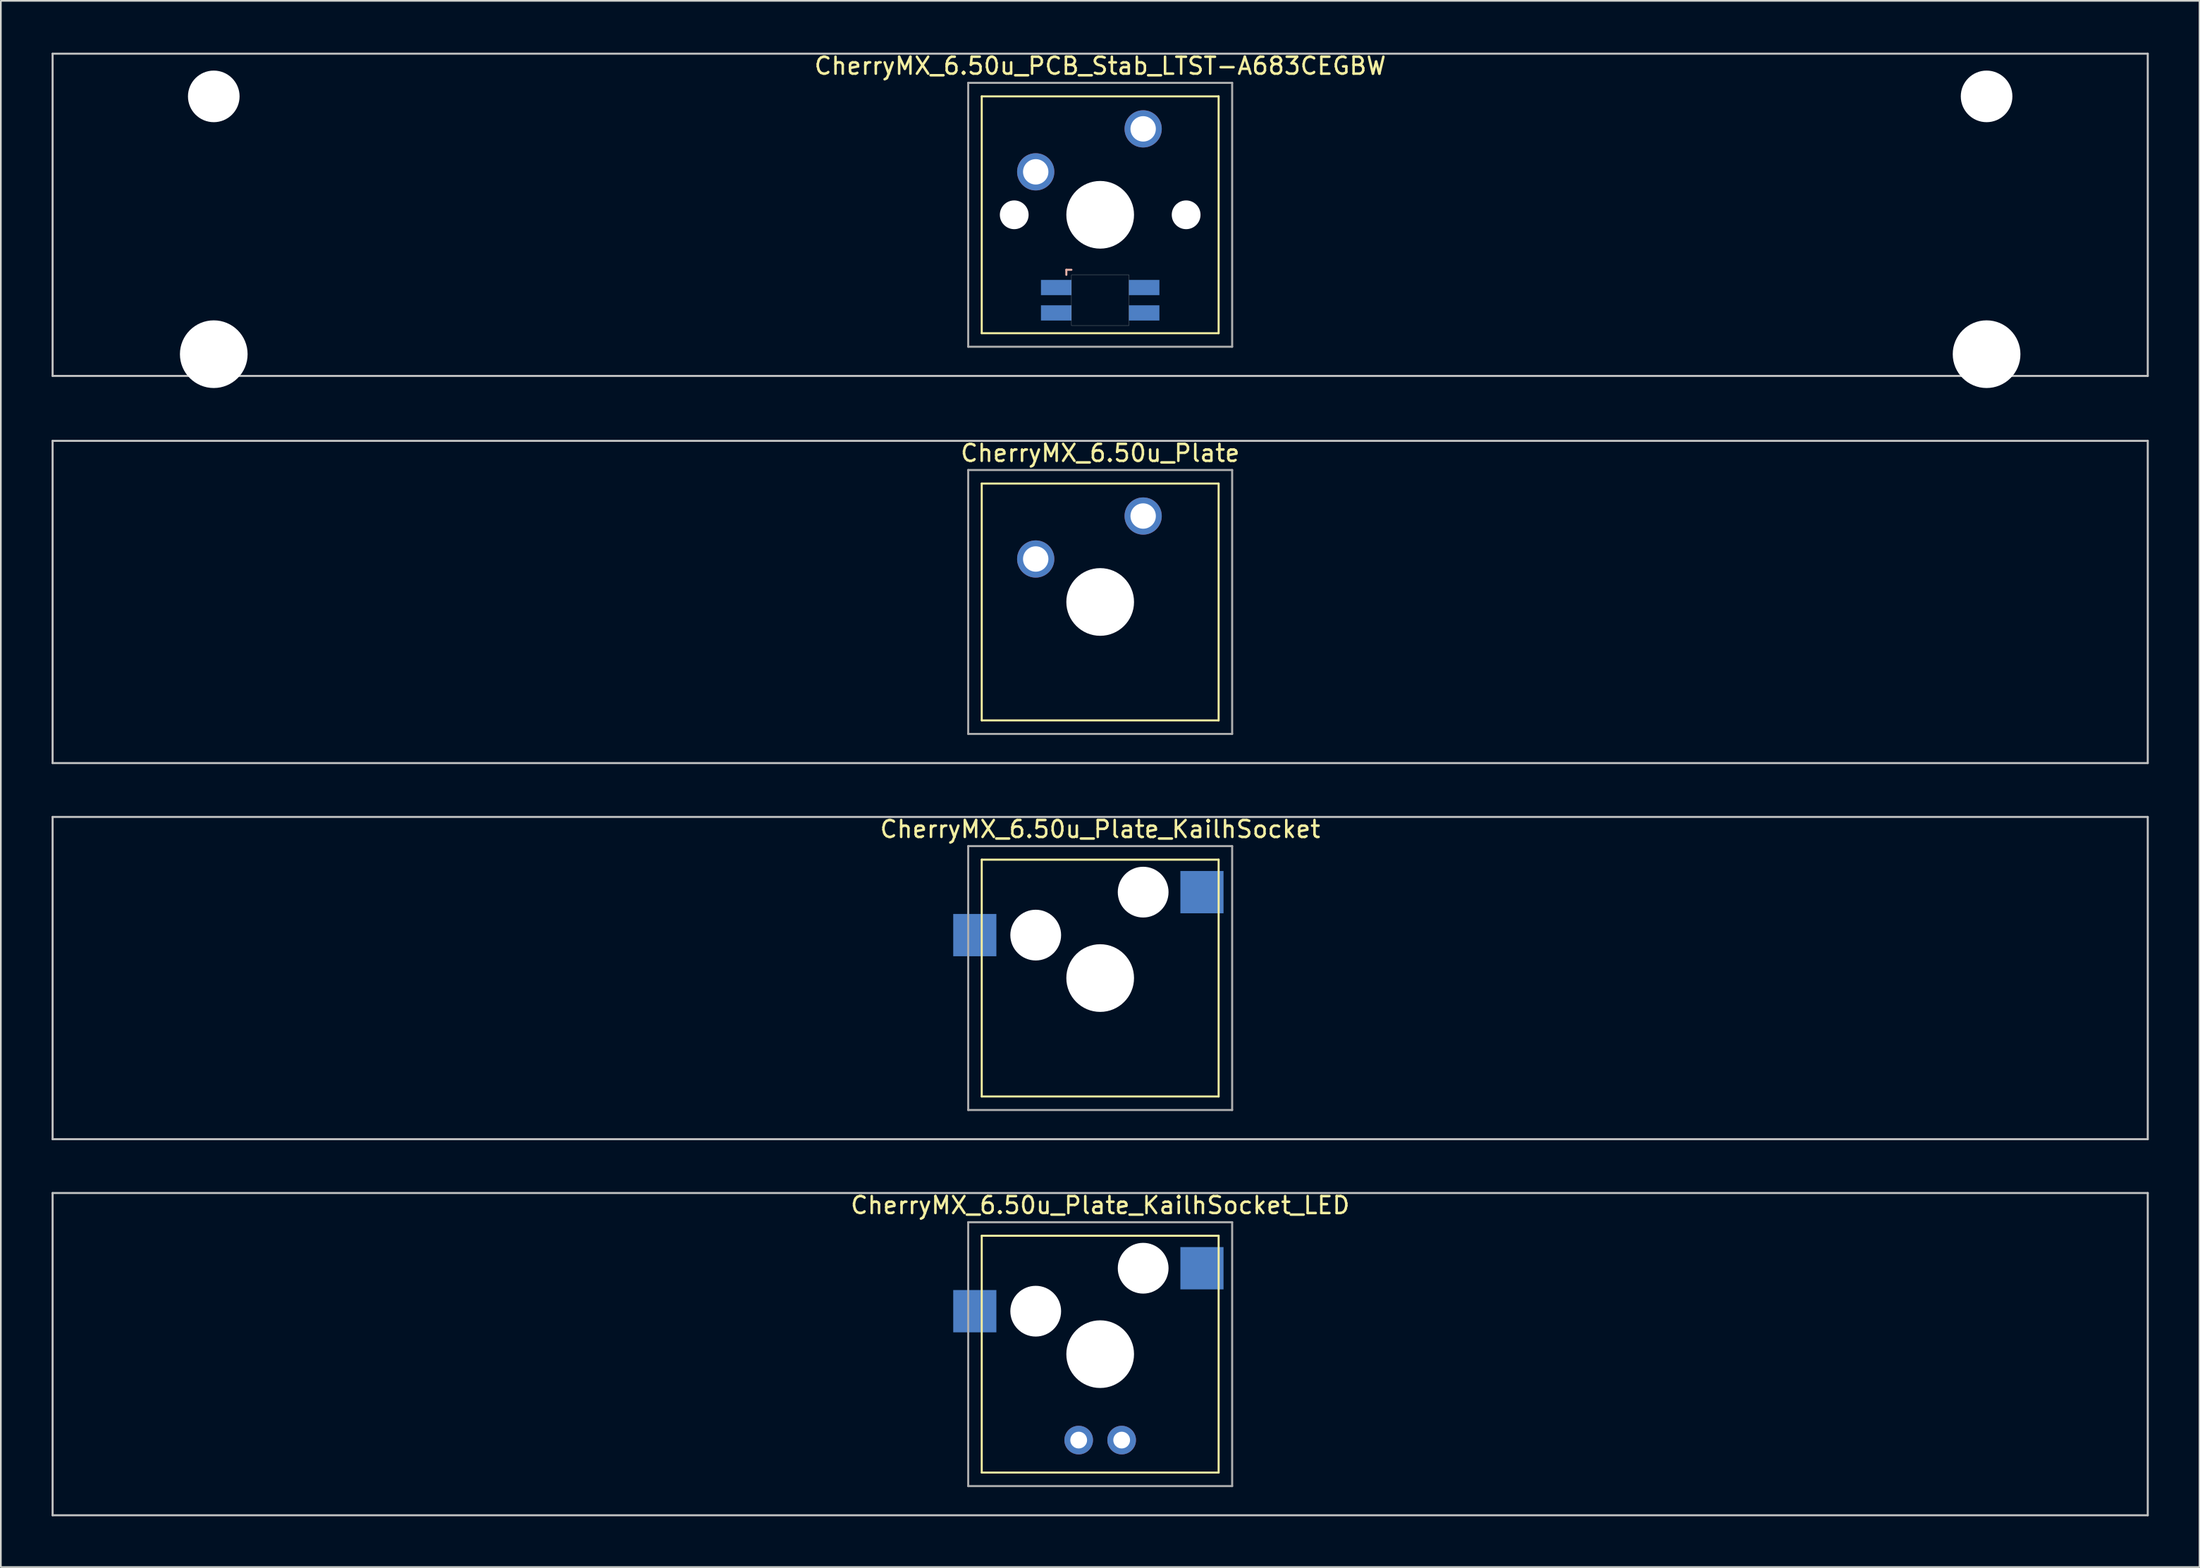
<source format=kicad_pcb>
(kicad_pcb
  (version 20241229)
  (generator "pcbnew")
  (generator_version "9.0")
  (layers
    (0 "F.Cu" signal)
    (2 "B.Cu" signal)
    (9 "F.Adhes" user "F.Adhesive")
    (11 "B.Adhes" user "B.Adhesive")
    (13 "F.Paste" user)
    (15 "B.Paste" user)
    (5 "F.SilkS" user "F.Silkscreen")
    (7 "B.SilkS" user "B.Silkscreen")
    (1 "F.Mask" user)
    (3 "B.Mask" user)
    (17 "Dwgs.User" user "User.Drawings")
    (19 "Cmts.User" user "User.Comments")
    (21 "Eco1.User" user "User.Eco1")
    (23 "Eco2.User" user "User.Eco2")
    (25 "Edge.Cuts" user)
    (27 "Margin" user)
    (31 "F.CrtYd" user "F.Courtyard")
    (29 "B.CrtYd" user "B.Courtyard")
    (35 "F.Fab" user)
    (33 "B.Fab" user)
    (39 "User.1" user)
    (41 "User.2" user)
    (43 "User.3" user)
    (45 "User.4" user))
  (footprint "CherryMX_6.50u_Plate_KailhSocket"
    (layer "F.Cu")
    (at 61.972 54.77)
    (property "Reference" "CherryMX_6.50u_Plate_KailhSocket" (at 0 -8.8 0) (layer "F.SilkS") (effects (font (size 1 1) (thickness 0.15))))
    (attr through_hole)
    (fp_line (start -7 -7) (end -7 7) (stroke (width 0.12) (type solid)) (layer "F.SilkS"))
    (fp_line (start -7 -7) (end 7 -7) (stroke (width 0.12) (type solid)) (layer "F.SilkS"))
    (fp_line (start 7 -7) (end 7 7) (stroke (width 0.12) (type solid)) (layer "F.SilkS"))
    (fp_line (start 7 7) (end -7 7) (stroke (width 0.12) (type solid)) (layer "F.SilkS"))
    (fp_line (start -61.913 -9.525) (end 61.913 -9.525) (stroke (width 0.12) (type solid)) (layer "Dwgs.User"))
    (fp_line (start -61.913 9.525) (end -61.913 -9.525) (stroke (width 0.12) (type solid)) (layer "Dwgs.User"))
    (fp_line (start 61.913 -9.525) (end 61.913 9.525) (stroke (width 0.12) (type solid)) (layer "Dwgs.User"))
    (fp_line (start 61.913 9.525) (end -61.913 9.525) (stroke (width 0.12) (type solid)) (layer "Dwgs.User"))
    (fp_line (start -7.8 -7.8) (end -7.8 7.8) (stroke (width 0.12) (type solid)) (layer "F.Fab"))
    (fp_line (start -7.8 -7.8) (end 7.8 -7.8) (stroke (width 0.12) (type solid)) (layer "F.Fab"))
    (fp_line (start -7.8 7.8) (end 7.8 7.8) (stroke (width 0.12) (type solid)) (layer "F.Fab"))
    (fp_line (start 7.8 -7.8) (end 7.8 7.8) (stroke (width 0.12) (type solid)) (layer "F.Fab"))
    (pad "" np_thru_hole circle (at -3.81 -2.54) (size 3 3) (drill 3) (layers "*.Cu" "*.Mask"))
    (pad "" np_thru_hole circle (at 0 0) (size 4 4) (drill 4) (layers "*.Cu" "*.Mask"))
    (pad "" np_thru_hole circle (at 2.54 -5.08) (size 3 3) (drill 3) (layers "*.Cu" "*.Mask"))
    (pad "1" smd rect (at -7.41 -2.54) (size 2.55 2.5) (layers "B.Cu" "B.Mask" "B.Paste"))
    (pad "2" smd rect (at 6.015 -5.08) (size 2.55 2.5) (layers "B.Cu" "B.Mask" "B.Paste")))
  (footprint "CherryMX_6.50u_Plate"
    (layer "F.Cu")
    (at 61.972 32.536)
    (property "Reference" "CherryMX_6.50u_Plate" (at 0 -8.8 0) (layer "F.SilkS") (effects (font (size 1 1) (thickness 0.15))))
    (attr through_hole)
    (fp_line (start -7 -7) (end -7 7) (stroke (width 0.12) (type solid)) (layer "F.SilkS"))
    (fp_line (start -7 -7) (end 7 -7) (stroke (width 0.12) (type solid)) (layer "F.SilkS"))
    (fp_line (start 7 -7) (end 7 7) (stroke (width 0.12) (type solid)) (layer "F.SilkS"))
    (fp_line (start 7 7) (end -7 7) (stroke (width 0.12) (type solid)) (layer "F.SilkS"))
    (fp_line (start -61.913 -9.525) (end 61.913 -9.525) (stroke (width 0.12) (type solid)) (layer "Dwgs.User"))
    (fp_line (start -61.913 9.525) (end -61.913 -9.525) (stroke (width 0.12) (type solid)) (layer "Dwgs.User"))
    (fp_line (start 61.913 -9.525) (end 61.913 9.525) (stroke (width 0.12) (type solid)) (layer "Dwgs.User"))
    (fp_line (start 61.913 9.525) (end -61.913 9.525) (stroke (width 0.12) (type solid)) (layer "Dwgs.User"))
    (fp_line (start -7.8 -7.8) (end -7.8 7.8) (stroke (width 0.12) (type solid)) (layer "F.Fab"))
    (fp_line (start -7.8 -7.8) (end 7.8 -7.8) (stroke (width 0.12) (type solid)) (layer "F.Fab"))
    (fp_line (start -7.8 7.8) (end 7.8 7.8) (stroke (width 0.12) (type solid)) (layer "F.Fab"))
    (fp_line (start 7.8 -7.8) (end 7.8 7.8) (stroke (width 0.12) (type solid)) (layer "F.Fab"))
    (pad "" np_thru_hole circle (at 0 0) (size 4 4) (drill 4) (layers "*.Cu" "*.Mask"))
    (pad "1" thru_hole circle (at -3.81 -2.54) (size 2.2 2.2) (drill 1.5) (layers "*.Cu" "*.Mask"))
    (pad "2" thru_hole circle (at 2.54 -5.08) (size 2.2 2.2) (drill 1.5) (layers "*.Cu" "*.Mask")))
  (footprint "CherryMX_6.50u_PCB_Stab_LTST-A683CEGBW"
    (layer "F.Cu")
    (at 61.972 9.648)
    (property "Reference" "CherryMX_6.50u_PCB_Stab_LTST-A683CEGBW" (at 0 -8.8 0) (layer "F.SilkS") (effects (font (size 1 1) (thickness 0.15))))
    (attr through_hole)
    (fp_line (start -7 -7) (end -7 7) (stroke (width 0.12) (type solid)) (layer "F.SilkS"))
    (fp_line (start -7 -7) (end 7 -7) (stroke (width 0.12) (type solid)) (layer "F.SilkS"))
    (fp_line (start 7 -7) (end 7 7) (stroke (width 0.12) (type solid)) (layer "F.SilkS"))
    (fp_line (start 7 7) (end -7 7) (stroke (width 0.12) (type solid)) (layer "F.SilkS"))
    (fp_line (start -2 3.25) (end -2 3.55) (stroke (width 0.12) (type solid)) (layer "B.SilkS"))
    (fp_line (start -1.7 3.25) (end -2 3.25) (stroke (width 0.12) (type solid)) (layer "B.SilkS"))
    (fp_line (start -61.913 -9.525) (end 61.913 -9.525) (stroke (width 0.12) (type solid)) (layer "Dwgs.User"))
    (fp_line (start -61.913 9.525) (end -61.913 -9.525) (stroke (width 0.12) (type solid)) (layer "Dwgs.User"))
    (fp_line (start 61.913 -9.525) (end 61.913 9.525) (stroke (width 0.12) (type solid)) (layer "Dwgs.User"))
    (fp_line (start 61.913 9.525) (end -61.913 9.525) (stroke (width 0.12) (type solid)) (layer "Dwgs.User"))
    (fp_poly (pts (xy 1.7 6.55) (xy -1.7 6.55) (xy -1.7 3.55) (xy 1.7 3.55)) (stroke (width 0.01) (type solid)) (fill no) (layer "Edge.Cuts"))
    (fp_line (start -7.8 -7.8) (end -7.8 7.8) (stroke (width 0.12) (type solid)) (layer "F.Fab"))
    (fp_line (start -7.8 -7.8) (end 7.8 -7.8) (stroke (width 0.12) (type solid)) (layer "F.Fab"))
    (fp_line (start -7.8 7.8) (end 7.8 7.8) (stroke (width 0.12) (type solid)) (layer "F.Fab"))
    (fp_line (start 7.8 -7.8) (end 7.8 7.8) (stroke (width 0.12) (type solid)) (layer "F.Fab"))
    (pad "" np_thru_hole circle (at -52.388 -7) (size 3.05 3.05) (drill 3.05) (layers "*.Cu" "*.Mask"))
    (pad "" np_thru_hole circle (at -52.388 8.24) (size 4 4) (drill 4) (layers "*.Cu" "*.Mask"))
    (pad "" np_thru_hole circle (at -5.08 0) (size 1.7 1.7) (drill 1.7) (layers "*.Cu" "*.Mask"))
    (pad "" np_thru_hole circle (at 0 0) (size 4 4) (drill 4) (layers "*.Cu" "*.Mask"))
    (pad "" np_thru_hole circle (at 5.08 0) (size 1.7 1.7) (drill 1.7) (layers "*.Cu" "*.Mask"))
    (pad "" np_thru_hole circle (at 52.388 -7) (size 3.05 3.05) (drill 3.05) (layers "*.Cu" "*.Mask"))
    (pad "" np_thru_hole circle (at 52.388 8.24) (size 4 4) (drill 4) (layers "*.Cu" "*.Mask"))
    (pad "1" thru_hole circle (at -3.81 -2.54) (size 2.2 2.2) (drill 1.5) (layers "*.Cu" "*.Mask"))
    (pad "2" thru_hole circle (at 2.54 -5.08) (size 2.2 2.2) (drill 1.5) (layers "*.Cu" "*.Mask"))
    (pad "3" smd rect (at -2.6 4.3) (size 1.8 0.9) (layers "B.Cu" "B.Mask" "B.Paste"))
    (pad "4" smd rect (at -2.6 5.8) (size 1.8 0.9) (layers "B.Cu" "B.Mask" "B.Paste"))
    (pad "5" smd rect (at 2.6 4.3) (size 1.8 0.9) (layers "B.Cu" "B.Mask" "B.Paste"))
    (pad "6" smd rect (at 2.6 5.8) (size 1.8 0.9) (layers "B.Cu" "B.Mask" "B.Paste")))
  (footprint "CherryMX_6.50u_Plate_KailhSocket_LED"
    (layer "F.Cu")
    (at 61.972 77.003)
    (property "Reference" "CherryMX_6.50u_Plate_KailhSocket_LED" (at 0 -8.8 0) (layer "F.SilkS") (effects (font (size 1 1) (thickness 0.15))))
    (attr through_hole)
    (fp_line (start -7 -7) (end -7 7) (stroke (width 0.12) (type solid)) (layer "F.SilkS"))
    (fp_line (start -7 -7) (end 7 -7) (stroke (width 0.12) (type solid)) (layer "F.SilkS"))
    (fp_line (start 7 -7) (end 7 7) (stroke (width 0.12) (type solid)) (layer "F.SilkS"))
    (fp_line (start 7 7) (end -7 7) (stroke (width 0.12) (type solid)) (layer "F.SilkS"))
    (fp_line (start -61.913 -9.525) (end 61.913 -9.525) (stroke (width 0.12) (type solid)) (layer "Dwgs.User"))
    (fp_line (start -61.913 9.525) (end -61.913 -9.525) (stroke (width 0.12) (type solid)) (layer "Dwgs.User"))
    (fp_line (start 61.913 -9.525) (end 61.913 9.525) (stroke (width 0.12) (type solid)) (layer "Dwgs.User"))
    (fp_line (start 61.913 9.525) (end -61.913 9.525) (stroke (width 0.12) (type solid)) (layer "Dwgs.User"))
    (fp_line (start -7.8 -7.8) (end -7.8 7.8) (stroke (width 0.12) (type solid)) (layer "F.Fab"))
    (fp_line (start -7.8 -7.8) (end 7.8 -7.8) (stroke (width 0.12) (type solid)) (layer "F.Fab"))
    (fp_line (start -7.8 7.8) (end 7.8 7.8) (stroke (width 0.12) (type solid)) (layer "F.Fab"))
    (fp_line (start 7.8 -7.8) (end 7.8 7.8) (stroke (width 0.12) (type solid)) (layer "F.Fab"))
    (pad "" np_thru_hole circle (at -3.81 -2.54) (size 3 3) (drill 3) (layers "*.Cu" "*.Mask"))
    (pad "" np_thru_hole circle (at 0 0) (size 4 4) (drill 4) (layers "*.Cu" "*.Mask"))
    (pad "" np_thru_hole circle (at 2.54 -5.08) (size 3 3) (drill 3) (layers "*.Cu" "*.Mask"))
    (pad "1" smd rect (at -7.41 -2.54) (size 2.55 2.5) (layers "B.Cu" "B.Mask" "B.Paste"))
    (pad "2" smd rect (at 6.015 -5.08) (size 2.55 2.5) (layers "B.Cu" "B.Mask" "B.Paste"))
    (pad "3" thru_hole circle (at -1.27 5.08) (size 1.691 1.691) (drill 0.991) (layers "*.Cu" "*.Mask"))
    (pad "4" thru_hole circle (at 1.27 5.08) (size 1.691 1.691) (drill 0.991) (layers "*.Cu" "*.Mask")))
  (gr_rect
    (start -3 -3)
    (end 126.945 89.588)
    (stroke (width 0.1) (type default))
    (fill no)
    (layer "Edge.Cuts")))
</source>
